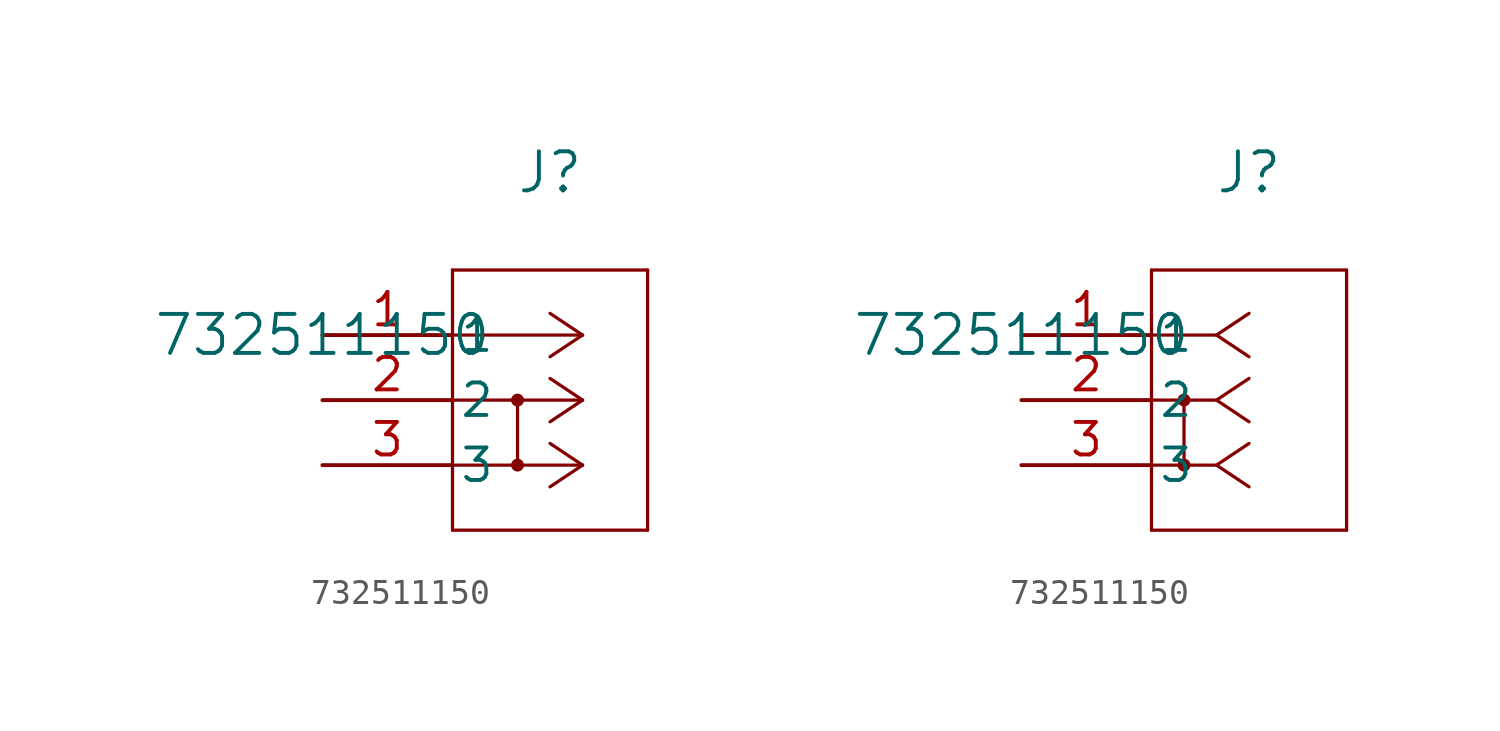
<source format=kicad_sym>
(kicad_symbol_lib
  (version 20211014)
  (generator kicad_symbol_editor)
  (symbol "732511150"
    (pin_names
      (offset 0.254))
    (property "Reference" "J"
      (at 8.89 6.35 0)
      (effects (font (size 1.524 1.524))))
    (property "Value" "732511150"
      (at 0 0 0)
      (effects (font (size 1.524 1.524))))
    (symbol "732511150_1_1"
      (polyline (pts (xy 10.16 0) (xy 5.08 0)) (stroke (width 0.127) (type default) (color 0 0 0 0)) (fill (type none)))
      (polyline (pts (xy 10.16 -2.54) (xy 5.08 -2.54)) (stroke (width 0.127) (type default) (color 0 0 0 0)) (fill (type none)))
      (polyline (pts (xy 10.16 -5.08) (xy 5.08 -5.08)) (stroke (width 0.127) (type default) (color 0 0 0 0)) (fill (type none)))
      (polyline (pts (xy 10.16 0) (xy 8.89 0.847)) (stroke (width 0.127) (type default) (color 0 0 0 0)) (fill (type none)))
      (polyline (pts (xy 10.16 -2.54) (xy 8.89 -1.693)) (stroke (width 0.127) (type default) (color 0 0 0 0)) (fill (type none)))
      (polyline (pts (xy 10.16 -5.08) (xy 8.89 -4.233)) (stroke (width 0.127) (type default) (color 0 0 0 0)) (fill (type none)))
      (polyline (pts (xy 10.16 0) (xy 8.89 -0.847)) (stroke (width 0.127) (type default) (color 0 0 0 0)) (fill (type none)))
      (polyline (pts (xy 10.16 -2.54) (xy 8.89 -3.387)) (stroke (width 0.127) (type default) (color 0 0 0 0)) (fill (type none)))
      (polyline (pts (xy 10.16 -5.08) (xy 8.89 -5.927)) (stroke (width 0.127) (type default) (color 0 0 0 0)) (fill (type none)))
      (polyline (pts (xy 5.08 2.54) (xy 5.08 -7.62)) (stroke (width 0.127) (type default) (color 0 0 0 0)) (fill (type none)))
      (polyline (pts (xy 5.08 -7.62) (xy 12.7 -7.62)) (stroke (width 0.127) (type default) (color 0 0 0 0)) (fill (type none)))
      (polyline (pts (xy 12.7 -7.62) (xy 12.7 2.54)) (stroke (width 0.127) (type default) (color 0 0 0 0)) (fill (type none)))
      (polyline (pts (xy 12.7 2.54) (xy 5.08 2.54)) (stroke (width 0.127) (type default) (color 0 0 0 0)) (fill (type none)))
      (polyline (pts (xy 7.62 -2.54) (xy 7.62 -5.08)) (stroke (width 0.127) (type default) (color 0 0 0 0)) (fill (type none)))
      (circle (center 7.62 -2.54) (radius 0.127) (stroke (width 0.254) (type default) (color 0 0 0 0)) (fill (type none)))
      (circle (center 7.62 -5.08) (radius 0.127) (stroke (width 0.254) (type default) (color 0 0 0 0)) (fill (type none)))
      (pin unspecified line (at 0 0 0) (length 5.08) (name "1" (effects (font (size 1.27 1.27)))) (number "1" (effects (font (size 1.27 1.27)))))
      (pin unspecified line (at 0 -2.54 0) (length 5.08) (name "2" (effects (font (size 1.27 1.27)))) (number "2" (effects (font (size 1.27 1.27)))))
      (pin unspecified line (at 0 -5.08 0) (length 5.08) (name "3" (effects (font (size 1.27 1.27)))) (number "3" (effects (font (size 1.27 1.27))))))
    (symbol "732511150_1_2"
      (polyline (pts (xy 7.62 0) (xy 5.08 0)) (stroke (width 0.127) (type default) (color 0 0 0 0)) (fill (type none)))
      (polyline (pts (xy 7.62 -2.54) (xy 5.08 -2.54)) (stroke (width 0.127) (type default) (color 0 0 0 0)) (fill (type none)))
      (polyline (pts (xy 7.62 -5.08) (xy 5.08 -5.08)) (stroke (width 0.127) (type default) (color 0 0 0 0)) (fill (type none)))
      (polyline (pts (xy 7.62 0) (xy 8.89 0.847)) (stroke (width 0.127) (type default) (color 0 0 0 0)) (fill (type none)))
      (polyline (pts (xy 7.62 -2.54) (xy 8.89 -1.693)) (stroke (width 0.127) (type default) (color 0 0 0 0)) (fill (type none)))
      (polyline (pts (xy 7.62 -5.08) (xy 8.89 -4.233)) (stroke (width 0.127) (type default) (color 0 0 0 0)) (fill (type none)))
      (polyline (pts (xy 7.62 0) (xy 8.89 -0.847)) (stroke (width 0.127) (type default) (color 0 0 0 0)) (fill (type none)))
      (polyline (pts (xy 7.62 -2.54) (xy 8.89 -3.387)) (stroke (width 0.127) (type default) (color 0 0 0 0)) (fill (type none)))
      (polyline (pts (xy 7.62 -5.08) (xy 8.89 -5.927)) (stroke (width 0.127) (type default) (color 0 0 0 0)) (fill (type none)))
      (polyline (pts (xy 5.08 2.54) (xy 5.08 -7.62)) (stroke (width 0.127) (type default) (color 0 0 0 0)) (fill (type none)))
      (polyline (pts (xy 5.08 -7.62) (xy 12.7 -7.62)) (stroke (width 0.127) (type default) (color 0 0 0 0)) (fill (type none)))
      (polyline (pts (xy 12.7 -7.62) (xy 12.7 2.54)) (stroke (width 0.127) (type default) (color 0 0 0 0)) (fill (type none)))
      (polyline (pts (xy 12.7 2.54) (xy 5.08 2.54)) (stroke (width 0.127) (type default) (color 0 0 0 0)) (fill (type none)))
      (polyline (pts (xy 6.35 -2.54) (xy 6.35 -5.08)) (stroke (width 0.127) (type default) (color 0 0 0 0)) (fill (type none)))
      (circle (center 6.35 -2.54) (radius 0.127) (stroke (width 0.254) (type default) (color 0 0 0 0)) (fill (type none)))
      (circle (center 6.35 -5.08) (radius 0.127) (stroke (width 0.254) (type default) (color 0 0 0 0)) (fill (type none)))
      (pin unspecified line (at 0 0 0) (length 5.08) (name "1" (effects (font (size 1.27 1.27)))) (number "1" (effects (font (size 1.27 1.27)))))
      (pin unspecified line (at 0 -2.54 0) (length 5.08) (name "2" (effects (font (size 1.27 1.27)))) (number "2" (effects (font (size 1.27 1.27)))))
      (pin unspecified line (at 0 -5.08 0) (length 5.08) (name "3" (effects (font (size 1.27 1.27)))) (number "3" (effects (font (size 1.27 1.27))))))))
</source>
